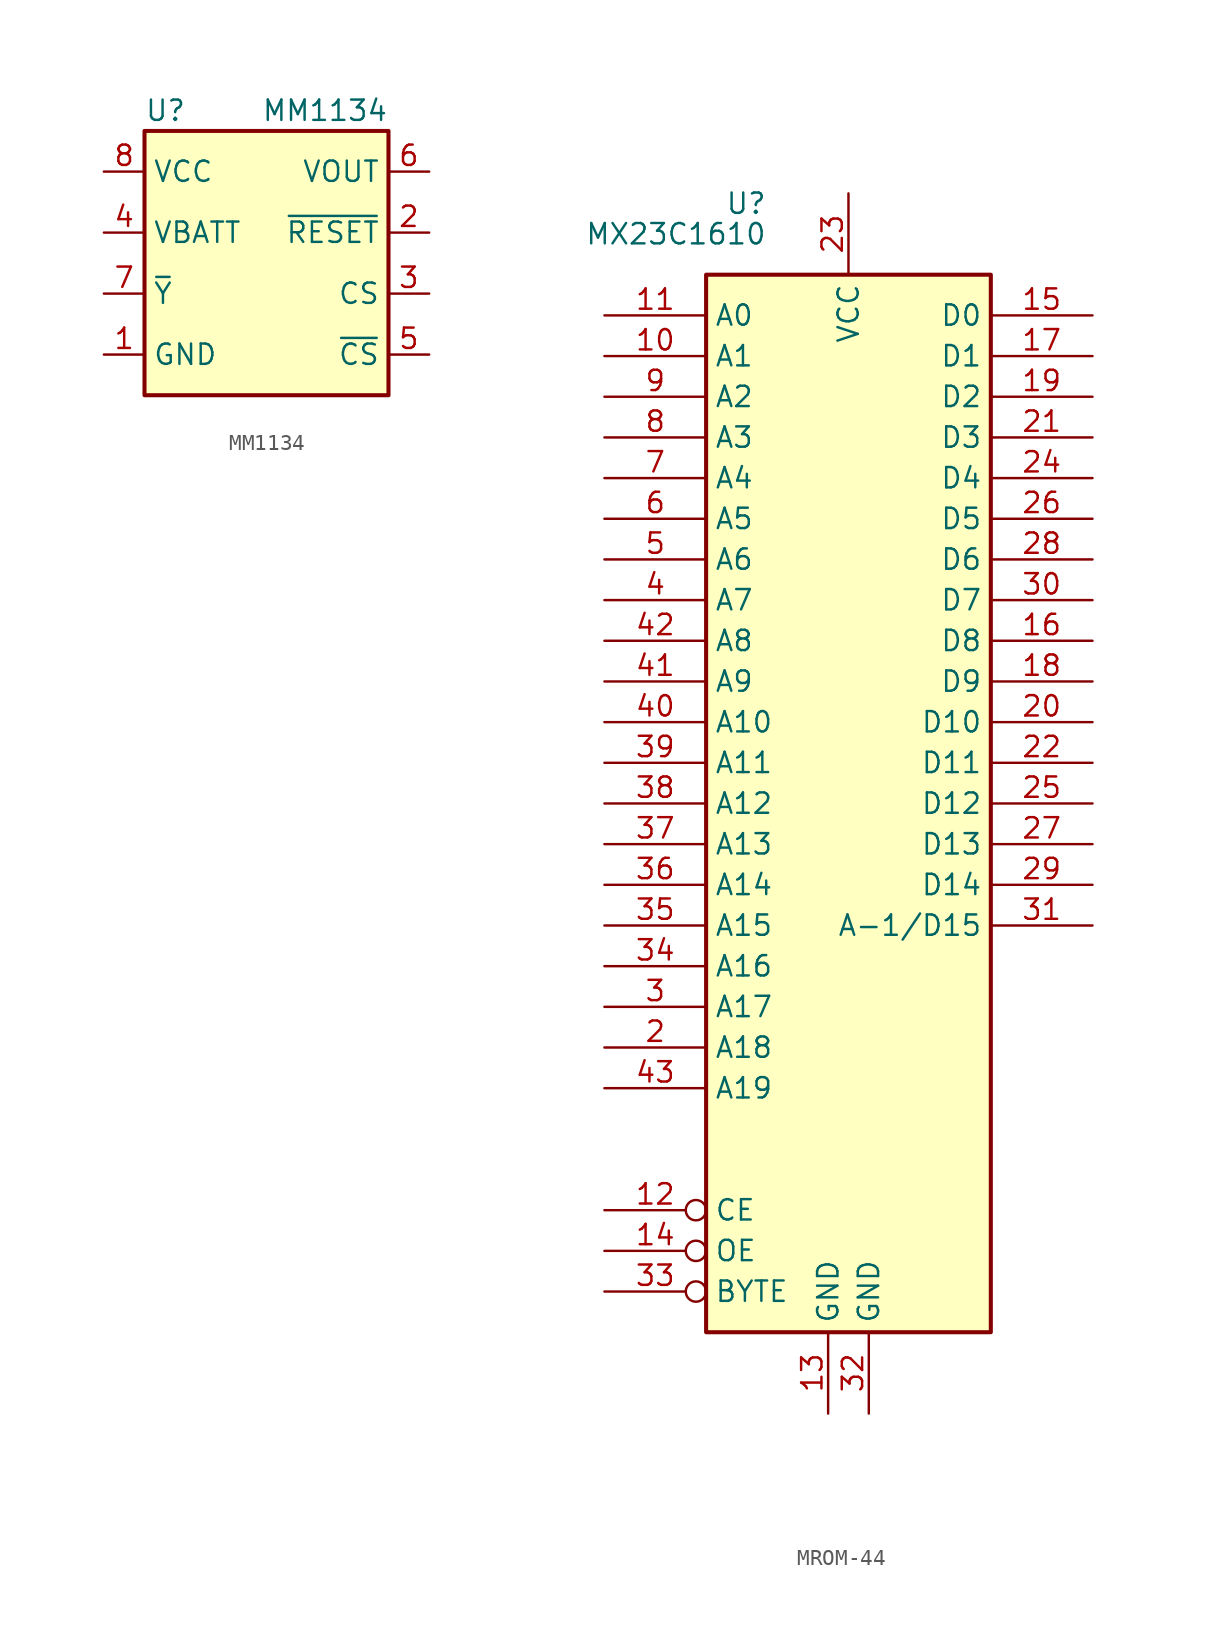
<source format=kicad_sym>
(kicad_symbol_lib
  (version 20220914)
  (generator kicad_symbol_editor)
  (symbol "MM1134"
    (property "Reference" "U"
      (at -7.62 6.35 0)
      (effects (font (size 1.27 1.27)) (justify left)))
    (property "Value" "MM1134"
      (at 7.62 6.35 0)
      (effects (font (size 1.27 1.27)) (justify right)))
    (symbol "MM1134_0_1"
      (rectangle (start -7.62 5.08) (end 7.62 -11.43) (stroke (width 0.254) (type default)) (fill (type background))))
    (symbol "MM1134_1_1"
      (pin power_in line (at -10.16 -8.89 0) (length 2.54) (name "GND" (effects (font (size 1.27 1.27)))) (number "1" (effects (font (size 1.27 1.27)))))
      (pin passive line (at 10.16 -1.27 180) (length 2.54) (name "~{RESET}" (effects (font (size 1.27 1.27)))) (number "2" (effects (font (size 1.27 1.27)))))
      (pin output line (at 10.16 -5.08 180) (length 2.54) (name "CS" (effects (font (size 1.27 1.27)))) (number "3" (effects (font (size 1.27 1.27)))))
      (pin power_in line (at -10.16 -1.27 0) (length 2.54) (name "VBATT" (effects (font (size 1.27 1.27)))) (number "4" (effects (font (size 1.27 1.27)))))
      (pin output line (at 10.16 -8.89 180) (length 2.54) (name "~{CS}" (effects (font (size 1.27 1.27)))) (number "5" (effects (font (size 1.27 1.27)))))
      (pin power_out line (at 10.16 2.54 180) (length 2.54) (name "VOUT" (effects (font (size 1.27 1.27)))) (number "6" (effects (font (size 1.27 1.27)))))
      (pin passive line (at -10.16 -5.08 0) (length 2.54) (name "~{Y}" (effects (font (size 1.27 1.27)))) (number "7" (effects (font (size 1.27 1.27)))))
      (pin power_in line (at -10.16 2.54 0) (length 2.54) (name "VCC" (effects (font (size 1.27 1.27)))) (number "8" (effects (font (size 1.27 1.27)))))))
  (symbol "MROM-44"
    (property "Reference" "U"
      (at -5.08 37.465 0)
      (effects (font (size 1.27 1.27)) (justify right)))
    (property "Value" "MX23C1610"
      (at -5.08 35.56 0)
      (effects (font (size 1.27 1.27)) (justify right)))
    (symbol "MROM-44_0_1"
      (rectangle (start -8.89 33.02) (end 8.89 -33.02) (stroke (width 0.254) (type default)) (fill (type background))))
    (symbol "MROM-44_1_1"
      (pin no_connect line (at 8.89 -27.94 180) (length 5.08) hide (name "NC" (effects (font (size 1.27 1.27)))) (number "1" (effects (font (size 1.27 1.27)))))
      (pin input line (at -15.24 27.94 0) (length 6.35) (name "A1" (effects (font (size 1.27 1.27)))) (number "10" (effects (font (size 1.27 1.27)))))
      (pin input line (at -15.24 30.48 0) (length 6.35) (name "A0" (effects (font (size 1.27 1.27)))) (number "11" (effects (font (size 1.27 1.27)))))
      (pin input inverted (at -15.24 -25.4 0) (length 6.35) (name "CE" (effects (font (size 1.27 1.27)))) (number "12" (effects (font (size 1.27 1.27)))))
      (pin power_in line (at -1.27 -38.1 90) (length 5.08) (name "GND" (effects (font (size 1.27 1.27)))) (number "13" (effects (font (size 1.27 1.27)))))
      (pin input inverted (at -15.24 -27.94 0) (length 6.35) (name "OE" (effects (font (size 1.27 1.27)))) (number "14" (effects (font (size 1.27 1.27)))))
      (pin tri_state line (at 15.24 30.48 180) (length 6.35) (name "D0" (effects (font (size 1.27 1.27)))) (number "15" (effects (font (size 1.27 1.27)))))
      (pin tri_state line (at 15.24 10.16 180) (length 6.35) (name "D8" (effects (font (size 1.27 1.27)))) (number "16" (effects (font (size 1.27 1.27)))))
      (pin tri_state line (at 15.24 27.94 180) (length 6.35) (name "D1" (effects (font (size 1.27 1.27)))) (number "17" (effects (font (size 1.27 1.27)))))
      (pin tri_state line (at 15.24 7.62 180) (length 6.35) (name "D9" (effects (font (size 1.27 1.27)))) (number "18" (effects (font (size 1.27 1.27)))))
      (pin tri_state line (at 15.24 25.4 180) (length 6.35) (name "D2" (effects (font (size 1.27 1.27)))) (number "19" (effects (font (size 1.27 1.27)))))
      (pin input line (at -15.24 -15.24 0) (length 6.35) (name "A18" (effects (font (size 1.27 1.27)))) (number "2" (effects (font (size 1.27 1.27)))))
      (pin tri_state line (at 15.24 5.08 180) (length 6.35) (name "D10" (effects (font (size 1.27 1.27)))) (number "20" (effects (font (size 1.27 1.27)))))
      (pin tri_state line (at 15.24 22.86 180) (length 6.35) (name "D3" (effects (font (size 1.27 1.27)))) (number "21" (effects (font (size 1.27 1.27)))))
      (pin tri_state line (at 15.24 2.54 180) (length 6.35) (name "D11" (effects (font (size 1.27 1.27)))) (number "22" (effects (font (size 1.27 1.27)))))
      (pin power_in line (at 0 38.1 270) (length 5.08) (name "VCC" (effects (font (size 1.27 1.27)))) (number "23" (effects (font (size 1.27 1.27)))))
      (pin tri_state line (at 15.24 20.32 180) (length 6.35) (name "D4" (effects (font (size 1.27 1.27)))) (number "24" (effects (font (size 1.27 1.27)))))
      (pin tri_state line (at 15.24 0 180) (length 6.35) (name "D12" (effects (font (size 1.27 1.27)))) (number "25" (effects (font (size 1.27 1.27)))))
      (pin tri_state line (at 15.24 17.78 180) (length 6.35) (name "D5" (effects (font (size 1.27 1.27)))) (number "26" (effects (font (size 1.27 1.27)))))
      (pin tri_state line (at 15.24 -2.54 180) (length 6.35) (name "D13" (effects (font (size 1.27 1.27)))) (number "27" (effects (font (size 1.27 1.27)))))
      (pin tri_state line (at 15.24 15.24 180) (length 6.35) (name "D6" (effects (font (size 1.27 1.27)))) (number "28" (effects (font (size 1.27 1.27)))))
      (pin tri_state line (at 15.24 -5.08 180) (length 6.35) (name "D14" (effects (font (size 1.27 1.27)))) (number "29" (effects (font (size 1.27 1.27)))))
      (pin input line (at -15.24 -12.7 0) (length 6.35) (name "A17" (effects (font (size 1.27 1.27)))) (number "3" (effects (font (size 1.27 1.27)))))
      (pin tri_state line (at 15.24 12.7 180) (length 6.35) (name "D7" (effects (font (size 1.27 1.27)))) (number "30" (effects (font (size 1.27 1.27)))))
      (pin tri_state line (at 15.24 -7.62 180) (length 6.35) (name "A-1/D15" (effects (font (size 1.27 1.27)))) (number "31" (effects (font (size 1.27 1.27)))))
      (pin power_in line (at 1.27 -38.1 90) (length 5.08) (name "GND" (effects (font (size 1.27 1.27)))) (number "32" (effects (font (size 1.27 1.27)))))
      (pin input inverted (at -15.24 -30.48 0) (length 6.35) (name "BYTE" (effects (font (size 1.27 1.27)))) (number "33" (effects (font (size 1.27 1.27)))))
      (pin input line (at -15.24 -10.16 0) (length 6.35) (name "A16" (effects (font (size 1.27 1.27)))) (number "34" (effects (font (size 1.27 1.27)))))
      (pin input line (at -15.24 -7.62 0) (length 6.35) (name "A15" (effects (font (size 1.27 1.27)))) (number "35" (effects (font (size 1.27 1.27)))))
      (pin input line (at -15.24 -5.08 0) (length 6.35) (name "A14" (effects (font (size 1.27 1.27)))) (number "36" (effects (font (size 1.27 1.27)))))
      (pin input line (at -15.24 -2.54 0) (length 6.35) (name "A13" (effects (font (size 1.27 1.27)))) (number "37" (effects (font (size 1.27 1.27)))))
      (pin input line (at -15.24 0 0) (length 6.35) (name "A12" (effects (font (size 1.27 1.27)))) (number "38" (effects (font (size 1.27 1.27)))))
      (pin input line (at -15.24 2.54 0) (length 6.35) (name "A11" (effects (font (size 1.27 1.27)))) (number "39" (effects (font (size 1.27 1.27)))))
      (pin input line (at -15.24 12.7 0) (length 6.35) (name "A7" (effects (font (size 1.27 1.27)))) (number "4" (effects (font (size 1.27 1.27)))))
      (pin input line (at -15.24 5.08 0) (length 6.35) (name "A10" (effects (font (size 1.27 1.27)))) (number "40" (effects (font (size 1.27 1.27)))))
      (pin input line (at -15.24 7.62 0) (length 6.35) (name "A9" (effects (font (size 1.27 1.27)))) (number "41" (effects (font (size 1.27 1.27)))))
      (pin input line (at -15.24 10.16 0) (length 6.35) (name "A8" (effects (font (size 1.27 1.27)))) (number "42" (effects (font (size 1.27 1.27)))))
      (pin input line (at -15.24 -17.78 0) (length 6.35) (name "A19" (effects (font (size 1.27 1.27)))) (number "43" (effects (font (size 1.27 1.27)))))
      (pin no_connect line (at 8.89 -30.48 180) (length 6.35) hide (name "NC" (effects (font (size 1.27 1.27)))) (number "44" (effects (font (size 1.27 1.27)))))
      (pin input line (at -15.24 15.24 0) (length 6.35) (name "A6" (effects (font (size 1.27 1.27)))) (number "5" (effects (font (size 1.27 1.27)))))
      (pin input line (at -15.24 17.78 0) (length 6.35) (name "A5" (effects (font (size 1.27 1.27)))) (number "6" (effects (font (size 1.27 1.27)))))
      (pin input line (at -15.24 20.32 0) (length 6.35) (name "A4" (effects (font (size 1.27 1.27)))) (number "7" (effects (font (size 1.27 1.27)))))
      (pin input line (at -15.24 22.86 0) (length 6.35) (name "A3" (effects (font (size 1.27 1.27)))) (number "8" (effects (font (size 1.27 1.27)))))
      (pin input line (at -15.24 25.4 0) (length 6.35) (name "A2" (effects (font (size 1.27 1.27)))) (number "9" (effects (font (size 1.27 1.27))))))))
</source>
